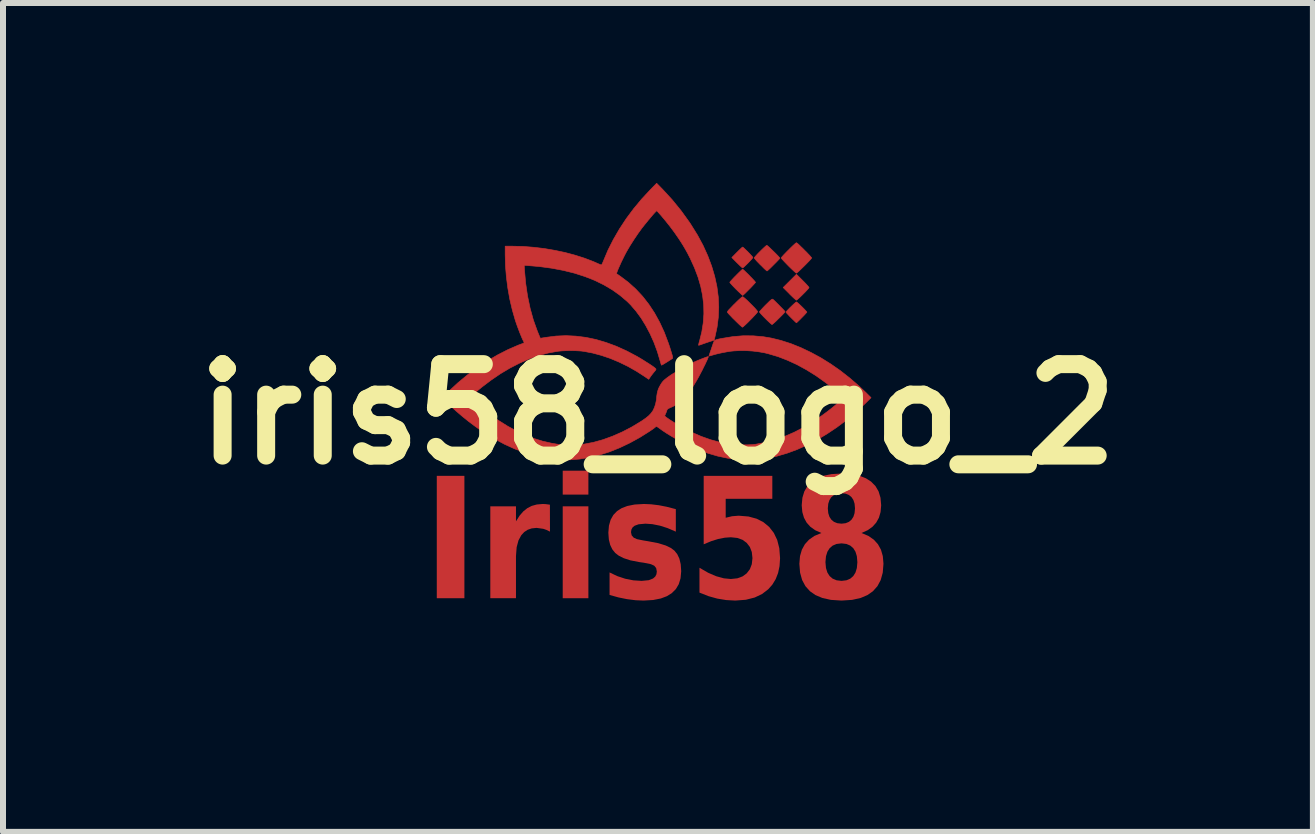
<source format=kicad_pcb>
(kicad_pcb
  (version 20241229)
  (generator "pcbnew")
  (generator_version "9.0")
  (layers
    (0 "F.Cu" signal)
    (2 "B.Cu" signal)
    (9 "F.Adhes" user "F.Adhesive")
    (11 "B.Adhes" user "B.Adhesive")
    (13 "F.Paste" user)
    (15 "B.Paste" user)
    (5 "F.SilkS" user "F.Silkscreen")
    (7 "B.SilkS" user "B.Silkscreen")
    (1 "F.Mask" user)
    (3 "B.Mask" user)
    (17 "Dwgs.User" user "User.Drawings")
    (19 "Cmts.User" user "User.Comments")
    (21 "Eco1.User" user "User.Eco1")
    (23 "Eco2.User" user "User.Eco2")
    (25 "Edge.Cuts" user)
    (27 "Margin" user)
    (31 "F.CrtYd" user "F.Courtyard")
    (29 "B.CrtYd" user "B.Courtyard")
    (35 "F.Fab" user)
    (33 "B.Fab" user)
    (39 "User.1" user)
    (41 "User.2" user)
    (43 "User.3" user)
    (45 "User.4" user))
  (footprint "iris58_logo_2"
    (layer "F.Cu")
    (at 7.918 3.855)
    (property "Reference" "iris58_logo_2" (at 0 0 0) (layer "F.SilkS") (effects (font (size 1.524 1.524) (thickness 0.3))))
    (attr through_hole)
    (fp_poly (pts (xy 2.413 -2.228) (xy 2.445 -2.196) (xy 2.473 -2.166) (xy 2.495 -2.142) (xy 2.511 -2.123) (xy 2.518 -2.113) (xy 2.518 -2.112) (xy 2.513 -2.103) (xy 2.5 -2.087) (xy 2.479 -2.064) (xy 2.454 -2.037) (xy 2.426 -2.009) (xy 2.397 -1.98) (xy 2.369 -1.953) (xy 2.344 -1.93) (xy 2.324 -1.912) (xy 2.311 -1.903) (xy 2.308 -1.901) (xy 2.299 -1.906) (xy 2.283 -1.92) (xy 2.259 -1.941) (xy 2.231 -1.968) (xy 2.199 -1.999) (xy 2.192 -2.007) (xy 2.087 -2.112) (xy 2.197 -2.222) (xy 2.308 -2.333) (xy 2.413 -2.228)) (stroke (width 0.01) (type solid)) (fill yes) (layer "F.Cu"))
    (fp_poly (pts (xy 1.419 -2.782) (xy 1.435 -2.768) (xy 1.456 -2.748) (xy 1.481 -2.724) (xy 1.507 -2.698) (xy 1.532 -2.672) (xy 1.554 -2.648) (xy 1.571 -2.629) (xy 1.581 -2.616) (xy 1.582 -2.613) (xy 1.577 -2.604) (xy 1.564 -2.588) (xy 1.544 -2.566) (xy 1.521 -2.541) (xy 1.495 -2.514) (xy 1.469 -2.489) (xy 1.446 -2.467) (xy 1.427 -2.449) (xy 1.414 -2.44) (xy 1.411 -2.438) (xy 1.404 -2.443) (xy 1.388 -2.457) (xy 1.366 -2.477) (xy 1.34 -2.503) (xy 1.317 -2.525) (xy 1.231 -2.612) (xy 1.317 -2.699) (xy 1.346 -2.728) (xy 1.372 -2.753) (xy 1.392 -2.772) (xy 1.406 -2.784) (xy 1.41 -2.787) (xy 1.419 -2.782)) (stroke (width 0.01) (type solid)) (fill yes) (layer "F.Cu"))
    (fp_poly (pts (xy 2.316 -1.867) (xy 2.332 -1.854) (xy 2.354 -1.835) (xy 2.379 -1.811) (xy 2.406 -1.785) (xy 2.431 -1.76) (xy 2.454 -1.736) (xy 2.471 -1.717) (xy 2.481 -1.705) (xy 2.482 -1.702) (xy 2.477 -1.695) (xy 2.464 -1.68) (xy 2.445 -1.659) (xy 2.421 -1.634) (xy 2.395 -1.608) (xy 2.37 -1.582) (xy 2.346 -1.559) (xy 2.326 -1.54) (xy 2.313 -1.527) (xy 2.308 -1.524) (xy 2.302 -1.529) (xy 2.287 -1.542) (xy 2.266 -1.563) (xy 2.24 -1.588) (xy 2.219 -1.609) (xy 2.19 -1.638) (xy 2.166 -1.664) (xy 2.147 -1.684) (xy 2.136 -1.698) (xy 2.134 -1.702) (xy 2.139 -1.71) (xy 2.152 -1.726) (xy 2.172 -1.747) (xy 2.196 -1.772) (xy 2.223 -1.798) (xy 2.249 -1.823) (xy 2.273 -1.845) (xy 2.292 -1.862) (xy 2.305 -1.871) (xy 2.308 -1.872) (xy 2.316 -1.867)) (stroke (width 0.01) (type solid)) (fill yes) (layer "F.Cu"))
    (fp_poly (pts (xy 1.419 -2.412) (xy 1.435 -2.398) (xy 1.457 -2.377) (xy 1.483 -2.352) (xy 1.512 -2.324) (xy 1.54 -2.294) (xy 1.568 -2.266) (xy 1.592 -2.24) (xy 1.611 -2.219) (xy 1.623 -2.204) (xy 1.626 -2.199) (xy 1.621 -2.191) (xy 1.607 -2.175) (xy 1.587 -2.153) (xy 1.562 -2.126) (xy 1.534 -2.097) (xy 1.505 -2.068) (xy 1.477 -2.04) (xy 1.452 -2.015) (xy 1.431 -1.996) (xy 1.417 -1.984) (xy 1.412 -1.981) (xy 1.405 -1.986) (xy 1.389 -2) (xy 1.367 -2.021) (xy 1.339 -2.047) (xy 1.308 -2.078) (xy 1.301 -2.084) (xy 1.27 -2.116) (xy 1.242 -2.145) (xy 1.22 -2.17) (xy 1.204 -2.188) (xy 1.198 -2.198) (xy 1.197 -2.199) (xy 1.202 -2.207) (xy 1.216 -2.223) (xy 1.236 -2.245) (xy 1.261 -2.272) (xy 1.289 -2.301) (xy 1.318 -2.33) (xy 1.346 -2.358) (xy 1.371 -2.382) (xy 1.392 -2.402) (xy 1.406 -2.414) (xy 1.412 -2.417) (xy 1.419 -2.412)) (stroke (width 0.01) (type solid)) (fill yes) (layer "F.Cu"))
    (fp_poly (pts (xy 1.822 -2.811) (xy 1.839 -2.797) (xy 1.861 -2.777) (xy 1.887 -2.752) (xy 1.916 -2.724) (xy 1.946 -2.695) (xy 1.974 -2.667) (xy 1.998 -2.642) (xy 2.017 -2.621) (xy 2.029 -2.607) (xy 2.032 -2.602) (xy 2.027 -2.594) (xy 2.014 -2.579) (xy 1.993 -2.557) (xy 1.968 -2.531) (xy 1.94 -2.503) (xy 1.911 -2.474) (xy 1.883 -2.446) (xy 1.858 -2.422) (xy 1.837 -2.403) (xy 1.823 -2.391) (xy 1.818 -2.388) (xy 1.811 -2.393) (xy 1.795 -2.406) (xy 1.772 -2.427) (xy 1.745 -2.454) (xy 1.714 -2.485) (xy 1.707 -2.491) (xy 1.676 -2.523) (xy 1.648 -2.552) (xy 1.626 -2.577) (xy 1.611 -2.595) (xy 1.604 -2.605) (xy 1.604 -2.606) (xy 1.609 -2.614) (xy 1.623 -2.631) (xy 1.643 -2.653) (xy 1.668 -2.68) (xy 1.696 -2.708) (xy 1.725 -2.737) (xy 1.753 -2.764) (xy 1.778 -2.787) (xy 1.798 -2.805) (xy 1.811 -2.814) (xy 1.814 -2.816) (xy 1.822 -2.811)) (stroke (width 0.01) (type solid)) (fill yes) (layer "F.Cu"))
    (fp_poly (pts (xy 1.913 -1.917) (xy 1.923 -1.91) (xy 1.94 -1.894) (xy 1.963 -1.872) (xy 1.989 -1.846) (xy 2.017 -1.818) (xy 2.045 -1.789) (xy 2.072 -1.762) (xy 2.094 -1.739) (xy 2.11 -1.721) (xy 2.118 -1.71) (xy 2.119 -1.708) (xy 2.114 -1.701) (xy 2.1 -1.685) (xy 2.08 -1.663) (xy 2.054 -1.637) (xy 2.026 -1.609) (xy 1.996 -1.58) (xy 1.968 -1.552) (xy 1.942 -1.528) (xy 1.921 -1.51) (xy 1.907 -1.498) (xy 1.901 -1.495) (xy 1.893 -1.5) (xy 1.876 -1.514) (xy 1.853 -1.535) (xy 1.825 -1.561) (xy 1.794 -1.592) (xy 1.791 -1.595) (xy 1.76 -1.626) (xy 1.733 -1.655) (xy 1.711 -1.679) (xy 1.697 -1.696) (xy 1.691 -1.705) (xy 1.691 -1.706) (xy 1.696 -1.714) (xy 1.71 -1.73) (xy 1.731 -1.754) (xy 1.757 -1.782) (xy 1.788 -1.814) (xy 1.795 -1.821) (xy 1.831 -1.856) (xy 1.858 -1.883) (xy 1.878 -1.901) (xy 1.893 -1.912) (xy 1.903 -1.918) (xy 1.91 -1.918) (xy 1.913 -1.917)) (stroke (width 0.01) (type solid)) (fill yes) (layer "F.Cu"))
    (fp_poly (pts (xy 1.421 -1.954) (xy 1.439 -1.94) (xy 1.463 -1.919) (xy 1.492 -1.893) (xy 1.522 -1.863) (xy 1.554 -1.831) (xy 1.585 -1.8) (xy 1.613 -1.771) (xy 1.636 -1.745) (xy 1.653 -1.724) (xy 1.661 -1.711) (xy 1.662 -1.709) (xy 1.657 -1.7) (xy 1.643 -1.683) (xy 1.622 -1.659) (xy 1.596 -1.631) (xy 1.567 -1.6) (xy 1.535 -1.568) (xy 1.504 -1.536) (xy 1.474 -1.507) (xy 1.448 -1.483) (xy 1.427 -1.464) (xy 1.413 -1.453) (xy 1.408 -1.451) (xy 1.4 -1.456) (xy 1.384 -1.47) (xy 1.36 -1.491) (xy 1.331 -1.519) (xy 1.299 -1.55) (xy 1.28 -1.569) (xy 1.245 -1.603) (xy 1.215 -1.635) (xy 1.189 -1.662) (xy 1.17 -1.683) (xy 1.159 -1.697) (xy 1.157 -1.701) (xy 1.157 -1.707) (xy 1.163 -1.718) (xy 1.175 -1.734) (xy 1.195 -1.755) (xy 1.223 -1.784) (xy 1.259 -1.822) (xy 1.275 -1.837) (xy 1.318 -1.88) (xy 1.354 -1.914) (xy 1.382 -1.939) (xy 1.401 -1.954) (xy 1.412 -1.959) (xy 1.421 -1.954)) (stroke (width 0.01) (type solid)) (fill yes) (layer "F.Cu"))
    (fp_poly (pts (xy 2.316 -2.854) (xy 2.333 -2.841) (xy 2.356 -2.82) (xy 2.383 -2.793) (xy 2.414 -2.764) (xy 2.445 -2.732) (xy 2.477 -2.701) (xy 2.505 -2.671) (xy 2.53 -2.645) (xy 2.548 -2.624) (xy 2.56 -2.61) (xy 2.562 -2.605) (xy 2.557 -2.597) (xy 2.543 -2.58) (xy 2.522 -2.557) (xy 2.496 -2.53) (xy 2.466 -2.499) (xy 2.435 -2.468) (xy 2.403 -2.437) (xy 2.373 -2.408) (xy 2.347 -2.383) (xy 2.326 -2.365) (xy 2.312 -2.354) (xy 2.308 -2.351) (xy 2.3 -2.356) (xy 2.283 -2.37) (xy 2.259 -2.392) (xy 2.23 -2.419) (xy 2.197 -2.451) (xy 2.175 -2.473) (xy 2.141 -2.508) (xy 2.111 -2.539) (xy 2.085 -2.567) (xy 2.066 -2.588) (xy 2.056 -2.602) (xy 2.054 -2.605) (xy 2.059 -2.614) (xy 2.073 -2.63) (xy 2.093 -2.653) (xy 2.12 -2.681) (xy 2.149 -2.711) (xy 2.181 -2.743) (xy 2.212 -2.774) (xy 2.242 -2.803) (xy 2.268 -2.827) (xy 2.289 -2.846) (xy 2.303 -2.857) (xy 2.308 -2.859) (xy 2.316 -2.854)) (stroke (width 0.01) (type solid)) (fill yes) (layer "F.Cu"))
    (fp_poly (pts (xy 0.078 -3.748) (xy 0.237 -3.575) (xy 0.386 -3.392) (xy 0.525 -3.199) (xy 0.548 -3.164) (xy 0.657 -2.989) (xy 0.751 -2.815) (xy 0.83 -2.641) (xy 0.895 -2.468) (xy 0.946 -2.296) (xy 0.983 -2.125) (xy 1.005 -1.955) (xy 1.013 -1.786) (xy 1.006 -1.618) (xy 0.985 -1.451) (xy 0.949 -1.285) (xy 0.944 -1.265) (xy 0.936 -1.234) (xy 0.864 -1.212) (xy 0.826 -1.199) (xy 0.785 -1.185) (xy 0.748 -1.172) (xy 0.737 -1.168) (xy 0.71 -1.158) (xy 0.69 -1.152) (xy 0.678 -1.15) (xy 0.676 -1.15) (xy 0.677 -1.158) (xy 0.681 -1.177) (xy 0.687 -1.203) (xy 0.692 -1.217) (xy 0.73 -1.369) (xy 0.754 -1.52) (xy 0.765 -1.671) (xy 0.762 -1.823) (xy 0.744 -1.976) (xy 0.713 -2.13) (xy 0.668 -2.285) (xy 0.608 -2.443) (xy 0.535 -2.603) (xy 0.533 -2.606) (xy 0.494 -2.683) (xy 0.456 -2.751) (xy 0.418 -2.816) (xy 0.375 -2.884) (xy 0.346 -2.928) (xy 0.277 -3.028) (xy 0.201 -3.13) (xy 0.122 -3.229) (xy 0.044 -3.322) (xy 0.013 -3.356) (xy -0.02 -3.393) (xy -0.036 -3.378) (xy -0.05 -3.364) (xy -0.072 -3.34) (xy -0.099 -3.309) (xy -0.129 -3.273) (xy -0.162 -3.234) (xy -0.195 -3.193) (xy -0.227 -3.154) (xy -0.256 -3.117) (xy -0.263 -3.109) (xy -0.331 -3.015) (xy -0.4 -2.913) (xy -0.465 -2.811) (xy -0.522 -2.714) (xy -0.544 -2.673) (xy -0.567 -2.628) (xy -0.59 -2.581) (xy -0.613 -2.534) (xy -0.634 -2.487) (xy -0.653 -2.445) (xy -0.669 -2.407) (xy -0.681 -2.376) (xy -0.688 -2.354) (xy -0.69 -2.343) (xy -0.689 -2.342) (xy -0.682 -2.337) (xy -0.666 -2.326) (xy -0.643 -2.31) (xy -0.624 -2.297) (xy -0.493 -2.198) (xy -0.37 -2.087) (xy -0.257 -1.966) (xy -0.153 -1.833) (xy -0.058 -1.689) (xy 0.028 -1.533) (xy 0.105 -1.366) (xy 0.172 -1.188) (xy 0.189 -1.139) (xy 0.203 -1.096) (xy 0.216 -1.054) (xy 0.227 -1.017) (xy 0.236 -0.988) (xy 0.24 -0.973) (xy 0.244 -0.95) (xy 0.245 -0.937) (xy 0.241 -0.929) (xy 0.236 -0.926) (xy 0.226 -0.919) (xy 0.205 -0.906) (xy 0.179 -0.889) (xy 0.148 -0.869) (xy 0.143 -0.866) (xy 0.112 -0.847) (xy 0.087 -0.832) (xy 0.068 -0.822) (xy 0.058 -0.818) (xy 0.057 -0.819) (xy 0.054 -0.828) (xy 0.048 -0.847) (xy 0.04 -0.873) (xy 0.037 -0.885) (xy -0.01 -1.043) (xy -0.066 -1.195) (xy -0.131 -1.34) (xy -0.203 -1.476) (xy -0.281 -1.603) (xy -0.367 -1.72) (xy -0.457 -1.824) (xy -0.513 -1.88) (xy -0.632 -1.981) (xy -0.762 -2.074) (xy -0.903 -2.157) (xy -1.054 -2.231) (xy -1.217 -2.295) (xy -1.39 -2.351) (xy -1.575 -2.397) (xy -1.771 -2.434) (xy -1.978 -2.462) (xy -2.165 -2.478) (xy -2.23 -2.483) (xy -2.225 -2.401) (xy -2.205 -2.18) (xy -2.174 -1.969) (xy -2.131 -1.765) (xy -2.077 -1.57) (xy -2.01 -1.383) (xy -1.975 -1.299) (xy -1.961 -1.266) (xy -1.864 -1.282) (xy -1.699 -1.303) (xy -1.534 -1.31) (xy -1.368 -1.302) (xy -1.201 -1.281) (xy -1.034 -1.246) (xy -0.865 -1.196) (xy -0.694 -1.133) (xy -0.522 -1.055) (xy -0.348 -0.963) (xy -0.333 -0.954) (xy -0.29 -0.929) (xy -0.246 -0.902) (xy -0.201 -0.873) (xy -0.157 -0.846) (xy -0.118 -0.82) (xy -0.084 -0.797) (xy -0.059 -0.778) (xy -0.043 -0.765) (xy -0.041 -0.763) (xy -0.034 -0.755) (xy -0.033 -0.747) (xy -0.038 -0.737) (xy -0.05 -0.722) (xy -0.063 -0.706) (xy -0.086 -0.678) (xy -0.11 -0.647) (xy -0.127 -0.623) (xy -0.154 -0.582) (xy -0.221 -0.628) (xy -0.359 -0.717) (xy -0.502 -0.798) (xy -0.648 -0.869) (xy -0.796 -0.931) (xy -0.944 -0.981) (xy -1.089 -1.02) (xy -1.231 -1.047) (xy -1.274 -1.053) (xy -1.33 -1.057) (xy -1.396 -1.06) (xy -1.467 -1.061) (xy -1.538 -1.059) (xy -1.606 -1.056) (xy -1.664 -1.05) (xy -1.673 -1.049) (xy -1.829 -1.021) (xy -1.986 -0.979) (xy -2.146 -0.923) (xy -2.305 -0.853) (xy -2.465 -0.771) (xy -2.625 -0.676) (xy -2.783 -0.568) (xy -2.94 -0.449) (xy -2.954 -0.437) (xy -2.99 -0.408) (xy -3.026 -0.378) (xy -3.058 -0.35) (xy -3.084 -0.327) (xy -3.092 -0.321) (xy -3.139 -0.277) (xy -3.121 -0.258) (xy -3.093 -0.23) (xy -3.055 -0.196) (xy -3.009 -0.157) (xy -2.957 -0.114) (xy -2.9 -0.069) (xy -2.84 -0.024) (xy -2.779 0.02) (xy -2.72 0.062) (xy -2.664 0.1) (xy -2.656 0.105) (xy -2.506 0.199) (xy -2.359 0.279) (xy -2.214 0.347) (xy -2.071 0.403) (xy -1.927 0.448) (xy -1.78 0.482) (xy -1.686 0.498) (xy -1.631 0.505) (xy -1.566 0.509) (xy -1.495 0.511) (xy -1.422 0.511) (xy -1.351 0.508) (xy -1.285 0.504) (xy -1.23 0.498) (xy -1.23 0.498) (xy -1.074 0.468) (xy -0.916 0.424) (xy -0.757 0.366) (xy -0.597 0.296) (xy -0.437 0.213) (xy -0.279 0.117) (xy -0.262 0.106) (xy -0.202 0.064) (xy -0.154 0.025) (xy -0.116 -0.015) (xy -0.087 -0.055) (xy -0.082 -0.063) (xy -0.058 -0.115) (xy -0.039 -0.174) (xy -0.027 -0.235) (xy -0.025 -0.25) (xy -0.02 -0.306) (xy -0.013 -0.35) (xy -0.004 -0.388) (xy 0.008 -0.424) (xy 0.022 -0.454) (xy 0.04 -0.486) (xy 0.06 -0.519) (xy 0.081 -0.546) (xy 0.084 -0.55) (xy 0.101 -0.567) (xy 0.125 -0.587) (xy 0.154 -0.61) (xy 0.185 -0.632) (xy 0.216 -0.654) (xy 0.246 -0.673) (xy 0.271 -0.688) (xy 0.289 -0.697) (xy 0.299 -0.698) (xy 0.299 -0.698) (xy 0.303 -0.687) (xy 0.307 -0.664) (xy 0.309 -0.633) (xy 0.31 -0.597) (xy 0.31 -0.559) (xy 0.308 -0.522) (xy 0.305 -0.49) (xy 0.303 -0.477) (xy 0.293 -0.42) (xy 0.309 -0.441) (xy 0.324 -0.46) (xy 0.344 -0.491) (xy 0.368 -0.528) (xy 0.395 -0.572) (xy 0.422 -0.618) (xy 0.449 -0.664) (xy 0.474 -0.708) (xy 0.496 -0.747) (xy 0.497 -0.749) (xy 0.548 -0.845) (xy 0.619 -0.877) (xy 0.651 -0.891) (xy 0.687 -0.906) (xy 0.724 -0.921) (xy 0.76 -0.935) (xy 0.792 -0.947) (xy 0.818 -0.956) (xy 0.835 -0.961) (xy 0.84 -0.962) (xy 0.839 -0.954) (xy 0.832 -0.935) (xy 0.82 -0.906) (xy 0.803 -0.87) (xy 0.784 -0.829) (xy 0.761 -0.784) (xy 0.738 -0.736) (xy 0.713 -0.689) (xy 0.689 -0.643) (xy 0.666 -0.601) (xy 0.645 -0.564) (xy 0.641 -0.557) (xy 0.59 -0.472) (xy 0.542 -0.4) (xy 0.498 -0.338) (xy 0.456 -0.286) (xy 0.414 -0.241) (xy 0.371 -0.204) (xy 0.326 -0.172) (xy 0.277 -0.143) (xy 0.224 -0.118) (xy 0.22 -0.116) (xy 0.191 -0.103) (xy 0.172 -0.094) (xy 0.16 -0.085) (xy 0.152 -0.074) (xy 0.146 -0.058) (xy 0.145 -0.053) (xy 0.135 -0.027) (xy 0.125 -0.003) (xy 0.121 0.005) (xy 0.114 0.021) (xy 0.115 0.03) (xy 0.125 0.041) (xy 0.126 0.042) (xy 0.137 0.051) (xy 0.159 0.066) (xy 0.187 0.086) (xy 0.219 0.107) (xy 0.227 0.112) (xy 0.389 0.211) (xy 0.553 0.296) (xy 0.717 0.368) (xy 0.88 0.426) (xy 1.042 0.47) (xy 1.187 0.498) (xy 1.237 0.504) (xy 1.298 0.508) (xy 1.365 0.51) (xy 1.434 0.511) (xy 1.501 0.51) (xy 1.562 0.507) (xy 1.613 0.502) (xy 1.618 0.502) (xy 1.781 0.472) (xy 1.944 0.429) (xy 2.108 0.371) (xy 2.272 0.3) (xy 2.434 0.216) (xy 2.45 0.206) (xy 2.541 0.152) (xy 2.636 0.09) (xy 2.732 0.023) (xy 2.826 -0.046) (xy 2.915 -0.116) (xy 2.995 -0.183) (xy 3.048 -0.231) (xy 3.095 -0.276) (xy 3.059 -0.31) (xy 3.026 -0.339) (xy 2.985 -0.374) (xy 2.939 -0.413) (xy 2.89 -0.453) (xy 2.842 -0.491) (xy 2.799 -0.524) (xy 2.79 -0.531) (xy 2.634 -0.642) (xy 2.476 -0.74) (xy 2.317 -0.827) (xy 2.158 -0.9) (xy 2 -0.961) (xy 1.844 -1.007) (xy 1.781 -1.023) (xy 1.685 -1.04) (xy 1.582 -1.053) (xy 1.476 -1.06) (xy 1.371 -1.061) (xy 1.272 -1.056) (xy 1.208 -1.05) (xy 1.148 -1.04) (xy 1.083 -1.028) (xy 1.017 -1.014) (xy 0.956 -0.999) (xy 0.904 -0.984) (xy 0.901 -0.983) (xy 0.874 -0.975) (xy 0.859 -0.971) (xy 0.852 -0.972) (xy 0.851 -0.977) (xy 0.852 -0.978) (xy 0.855 -0.989) (xy 0.863 -1.011) (xy 0.873 -1.041) (xy 0.886 -1.078) (xy 0.897 -1.112) (xy 0.912 -1.155) (xy 0.922 -1.187) (xy 0.932 -1.21) (xy 0.944 -1.226) (xy 0.958 -1.237) (xy 0.979 -1.245) (xy 1.007 -1.252) (xy 1.045 -1.26) (xy 1.078 -1.266) (xy 1.249 -1.294) (xy 1.419 -1.308) (xy 1.588 -1.307) (xy 1.756 -1.292) (xy 1.887 -1.27) (xy 2.05 -1.23) (xy 2.215 -1.177) (xy 2.382 -1.11) (xy 2.548 -1.031) (xy 2.714 -0.941) (xy 2.878 -0.839) (xy 3.039 -0.727) (xy 3.196 -0.604) (xy 3.349 -0.472) (xy 3.451 -0.376) (xy 3.552 -0.276) (xy 3.44 -0.165) (xy 3.293 -0.029) (xy 3.139 0.1) (xy 2.98 0.219) (xy 2.817 0.328) (xy 2.651 0.427) (xy 2.484 0.514) (xy 2.317 0.589) (xy 2.151 0.65) (xy 2.15 0.65) (xy 1.983 0.699) (xy 1.818 0.733) (xy 1.654 0.754) (xy 1.49 0.76) (xy 1.327 0.753) (xy 1.162 0.733) (xy 0.996 0.698) (xy 0.829 0.649) (xy 0.659 0.586) (xy 0.537 0.533) (xy 0.462 0.497) (xy 0.382 0.456) (xy 0.301 0.411) (xy 0.222 0.365) (xy 0.147 0.319) (xy 0.08 0.275) (xy 0.029 0.238) (xy 0.003 0.219) (xy -0.016 0.208) (xy -0.028 0.205) (xy -0.037 0.208) (xy -0.044 0.215) (xy -0.054 0.223) (xy -0.073 0.238) (xy -0.099 0.256) (xy -0.13 0.277) (xy -0.138 0.283) (xy -0.305 0.388) (xy -0.473 0.48) (xy -0.641 0.56) (xy -0.809 0.627) (xy -0.976 0.68) (xy -1.142 0.72) (xy -1.306 0.747) (xy -1.467 0.76) (xy -1.626 0.759) (xy -1.702 0.754) (xy -1.871 0.731) (xy -2.042 0.694) (xy -2.214 0.643) (xy -2.387 0.578) (xy -2.56 0.499) (xy -2.733 0.406) (xy -2.905 0.301) (xy -2.934 0.282) (xy -3.043 0.205) (xy -3.154 0.122) (xy -3.262 0.035) (xy -3.366 -0.054) (xy -3.462 -0.142) (xy -3.512 -0.192) (xy -3.596 -0.277) (xy -3.487 -0.383) (xy -3.336 -0.523) (xy -3.178 -0.654) (xy -3.014 -0.776) (xy -2.846 -0.888) (xy -2.675 -0.988) (xy -2.503 -1.076) (xy -2.331 -1.151) (xy -2.24 -1.185) (xy -2.234 -1.189) (xy -2.233 -1.196) (xy -2.237 -1.208) (xy -2.248 -1.231) (xy -2.249 -1.232) (xy -2.264 -1.264) (xy -2.282 -1.307) (xy -2.303 -1.358) (xy -2.324 -1.413) (xy -2.345 -1.469) (xy -2.364 -1.523) (xy -2.379 -1.568) (xy -2.428 -1.738) (xy -2.47 -1.917) (xy -2.503 -2.103) (xy -2.527 -2.29) (xy -2.542 -2.477) (xy -2.547 -2.657) (xy -2.547 -2.801) (xy -2.418 -2.801) (xy -2.247 -2.797) (xy -2.071 -2.783) (xy -1.895 -2.762) (xy -1.72 -2.732) (xy -1.549 -2.696) (xy -1.384 -2.652) (xy -1.227 -2.602) (xy -1.08 -2.546) (xy -1.041 -2.529) (xy -1.008 -2.514) (xy -0.979 -2.502) (xy -0.957 -2.493) (xy -0.946 -2.488) (xy -0.945 -2.488) (xy -0.938 -2.493) (xy -0.928 -2.512) (xy -0.915 -2.541) (xy -0.908 -2.558) (xy -0.833 -2.736) (xy -0.744 -2.912) (xy -0.642 -3.088) (xy -0.529 -3.26) (xy -0.404 -3.428) (xy -0.269 -3.59) (xy -0.124 -3.746) (xy -0.122 -3.748) (xy -0.022 -3.85) (xy 0.078 -3.748)) (stroke (width 0.01) (type solid)) (fill yes) (layer "F.Cu"))
    (fp_text user "Iris58" (at 0 3.407 0) (unlocked yes) (layer "F.Cu") (effects (font (face "Anonymous Pro") (size 2 1.75) (thickness 0.35) (bold yes)) (justify bottom))))
  (gr_rect
    (start -3 -3)
    (end 18.835 10.817)
    (stroke (width 0.1) (type default))
    (fill no)
    (layer "Edge.Cuts")))
</source>
